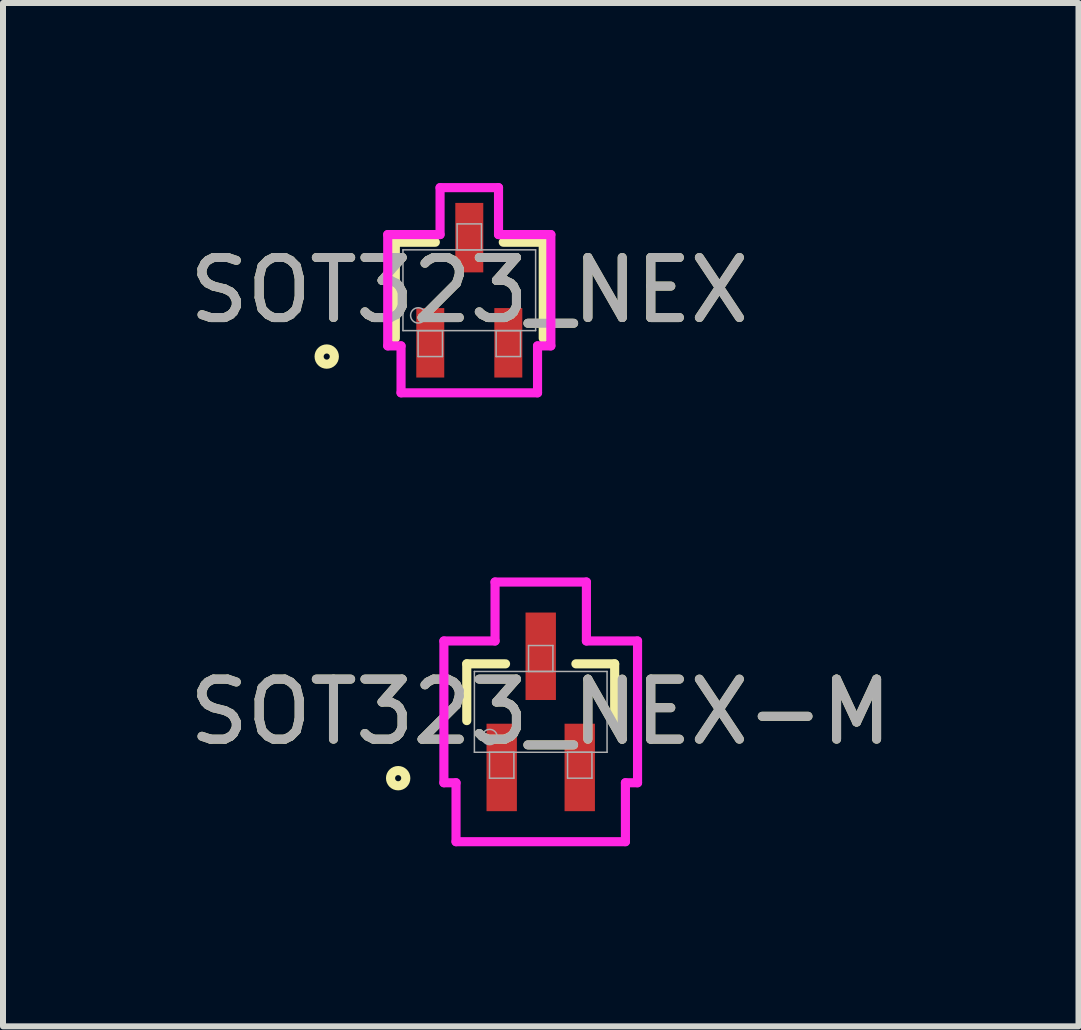
<source format=kicad_pcb>
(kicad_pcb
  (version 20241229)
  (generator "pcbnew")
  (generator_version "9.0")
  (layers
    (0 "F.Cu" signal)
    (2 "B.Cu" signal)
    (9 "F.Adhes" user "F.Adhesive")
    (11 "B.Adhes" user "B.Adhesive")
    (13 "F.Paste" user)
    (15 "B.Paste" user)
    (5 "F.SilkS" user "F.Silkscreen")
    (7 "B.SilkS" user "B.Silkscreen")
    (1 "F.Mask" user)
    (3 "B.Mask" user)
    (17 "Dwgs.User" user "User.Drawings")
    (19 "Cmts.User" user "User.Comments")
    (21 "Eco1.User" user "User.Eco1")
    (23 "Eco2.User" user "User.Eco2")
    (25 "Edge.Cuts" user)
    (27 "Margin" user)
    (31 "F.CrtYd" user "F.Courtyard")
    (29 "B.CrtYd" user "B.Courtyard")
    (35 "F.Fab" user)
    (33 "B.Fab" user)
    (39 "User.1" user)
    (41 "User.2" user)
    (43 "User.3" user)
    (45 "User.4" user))
  (footprint "SOT323_NEX"
    (layer "F.Cu")
    (at 4.768 1.785)
    (property "Reference" "SOT323_NEX" (at 0 0 0) (unlocked yes) (layer "F.SilkS") (effects (font (size 1 1) (thickness 0.15))))
    (attr smd)
    (fp_line (start -1.232 -0.8) (end -1.232 0.8) (stroke (width 0.152) (type solid)) (layer "F.SilkS"))
    (fp_line (start -0.566 -0.8) (end -1.232 -0.8) (stroke (width 0.152) (type solid)) (layer "F.SilkS"))
    (fp_line (start 1.232 -0.8) (end 0.566 -0.8) (stroke (width 0.152) (type solid)) (layer "F.SilkS"))
    (fp_line (start 1.232 0.8) (end 1.232 -0.8) (stroke (width 0.152) (type solid)) (layer "F.SilkS"))
    (fp_circle (center -2.375 1.105) (end -2.248 1.105) (stroke (width 0.152) (type solid)) (fill no) (layer "F.SilkS"))
    (fp_line (start -1.359 -0.927) (end -0.487 -0.927) (stroke (width 0.152) (type solid)) (layer "F.CrtYd"))
    (fp_line (start -1.359 0.927) (end -1.359 -0.927) (stroke (width 0.152) (type solid)) (layer "F.CrtYd"))
    (fp_line (start -1.359 0.927) (end -1.137 0.927) (stroke (width 0.152) (type solid)) (layer "F.CrtYd"))
    (fp_line (start -1.137 0.927) (end -1.137 1.709) (stroke (width 0.152) (type solid)) (layer "F.CrtYd"))
    (fp_line (start -1.137 1.709) (end 1.137 1.709) (stroke (width 0.152) (type solid)) (layer "F.CrtYd"))
    (fp_line (start -0.487 -1.709) (end 0.487 -1.709) (stroke (width 0.152) (type solid)) (layer "F.CrtYd"))
    (fp_line (start -0.487 -0.927) (end -0.487 -1.709) (stroke (width 0.152) (type solid)) (layer "F.CrtYd"))
    (fp_line (start 0.487 -0.927) (end 0.487 -1.709) (stroke (width 0.152) (type solid)) (layer "F.CrtYd"))
    (fp_line (start 1.137 0.927) (end 1.137 1.709) (stroke (width 0.152) (type solid)) (layer "F.CrtYd"))
    (fp_line (start 1.359 -0.927) (end 0.487 -0.927) (stroke (width 0.152) (type solid)) (layer "F.CrtYd"))
    (fp_line (start 1.359 -0.927) (end 1.359 0.927) (stroke (width 0.152) (type solid)) (layer "F.CrtYd"))
    (fp_line (start 1.359 0.927) (end 1.137 0.927) (stroke (width 0.152) (type solid)) (layer "F.CrtYd"))
    (fp_line (start -1.105 -0.673) (end -1.105 0.673) (stroke (width 0.025) (type solid)) (layer "F.Fab"))
    (fp_line (start -1.105 0.673) (end 1.105 0.673) (stroke (width 0.025) (type solid)) (layer "F.Fab"))
    (fp_line (start -0.853 0.673) (end -0.853 1.105) (stroke (width 0.025) (type solid)) (layer "F.Fab"))
    (fp_line (start -0.853 1.105) (end -0.447 1.105) (stroke (width 0.025) (type solid)) (layer "F.Fab"))
    (fp_line (start -0.447 0.673) (end -0.853 0.673) (stroke (width 0.025) (type solid)) (layer "F.Fab"))
    (fp_line (start -0.447 1.105) (end -0.447 0.673) (stroke (width 0.025) (type solid)) (layer "F.Fab"))
    (fp_line (start -0.203 -1.105) (end -0.203 -0.673) (stroke (width 0.025) (type solid)) (layer "F.Fab"))
    (fp_line (start -0.203 -0.673) (end 0.203 -0.673) (stroke (width 0.025) (type solid)) (layer "F.Fab"))
    (fp_line (start 0.203 -1.105) (end -0.203 -1.105) (stroke (width 0.025) (type solid)) (layer "F.Fab"))
    (fp_line (start 0.203 -0.673) (end 0.203 -1.105) (stroke (width 0.025) (type solid)) (layer "F.Fab"))
    (fp_line (start 0.447 0.673) (end 0.447 1.105) (stroke (width 0.025) (type solid)) (layer "F.Fab"))
    (fp_line (start 0.447 1.105) (end 0.853 1.105) (stroke (width 0.025) (type solid)) (layer "F.Fab"))
    (fp_line (start 0.853 0.673) (end 0.447 0.673) (stroke (width 0.025) (type solid)) (layer "F.Fab"))
    (fp_line (start 0.853 1.105) (end 0.853 0.673) (stroke (width 0.025) (type solid)) (layer "F.Fab"))
    (fp_line (start 1.105 -0.673) (end -1.105 -0.673) (stroke (width 0.025) (type solid)) (layer "F.Fab"))
    (fp_line (start 1.105 0.673) (end 1.105 -0.673) (stroke (width 0.025) (type solid)) (layer "F.Fab"))
    (fp_circle (center -0.851 0.419) (end -0.724 0.419) (stroke (width 0.025) (type solid)) (fill no) (layer "F.Fab"))
    (fp_text user "${REFERENCE}" (at 0 0 0) (unlocked yes) (layer "F.Fab") (effects (font (size 1 1) (thickness 0.15))))
    (pad "1" smd rect (at -0.65 0.876) (size 0.466 1.157) (layers "F.Cu" "F.Mask" "F.Paste"))
    (pad "2" smd rect (at 0.65 0.876) (size 0.466 1.157) (layers "F.Cu" "F.Mask" "F.Paste"))
    (pad "3" smd rect (at 0 -0.876) (size 0.466 1.157) (layers "F.Cu" "F.Mask" "F.Paste")))
  (footprint "SOT323_NEX-M"
    (layer "F.Cu")
    (at 5.958 8.809)
    (property "Reference" "SOT323_NEX-M" (at 0 0 0) (unlocked yes) (layer "F.SilkS") (effects (font (size 1 1) (thickness 0.15))))
    (attr smd)
    (fp_line (start -1.232 -0.8) (end -1.232 0.146) (stroke (width 0.152) (type solid)) (layer "F.SilkS"))
    (fp_line (start -0.586 -0.8) (end -1.232 -0.8) (stroke (width 0.152) (type solid)) (layer "F.SilkS"))
    (fp_line (start 1.232 -0.8) (end 0.586 -0.8) (stroke (width 0.152) (type solid)) (layer "F.SilkS"))
    (fp_line (start 1.232 0.146) (end 1.232 -0.8) (stroke (width 0.152) (type solid)) (layer "F.SilkS"))
    (fp_circle (center -2.375 1.105) (end -2.248 1.105) (stroke (width 0.152) (type solid)) (fill no) (layer "F.SilkS"))
    (fp_line (start -1.613 -1.181) (end -0.761 -1.181) (stroke (width 0.152) (type solid)) (layer "F.CrtYd"))
    (fp_line (start -1.613 1.181) (end -1.613 -1.181) (stroke (width 0.152) (type solid)) (layer "F.CrtYd"))
    (fp_line (start -1.613 1.181) (end -1.411 1.181) (stroke (width 0.152) (type solid)) (layer "F.CrtYd"))
    (fp_line (start -1.411 1.181) (end -1.411 2.163) (stroke (width 0.152) (type solid)) (layer "F.CrtYd"))
    (fp_line (start -1.411 2.163) (end 1.411 2.163) (stroke (width 0.152) (type solid)) (layer "F.CrtYd"))
    (fp_line (start -0.761 -2.163) (end 0.761 -2.163) (stroke (width 0.152) (type solid)) (layer "F.CrtYd"))
    (fp_line (start -0.761 -1.181) (end -0.761 -2.163) (stroke (width 0.152) (type solid)) (layer "F.CrtYd"))
    (fp_line (start 0.761 -1.181) (end 0.761 -2.163) (stroke (width 0.152) (type solid)) (layer "F.CrtYd"))
    (fp_line (start 1.411 1.181) (end 1.411 2.163) (stroke (width 0.152) (type solid)) (layer "F.CrtYd"))
    (fp_line (start 1.613 -1.181) (end 0.761 -1.181) (stroke (width 0.152) (type solid)) (layer "F.CrtYd"))
    (fp_line (start 1.613 -1.181) (end 1.613 1.181) (stroke (width 0.152) (type solid)) (layer "F.CrtYd"))
    (fp_line (start 1.613 1.181) (end 1.411 1.181) (stroke (width 0.152) (type solid)) (layer "F.CrtYd"))
    (fp_line (start -1.105 -0.673) (end -1.105 0.673) (stroke (width 0.025) (type solid)) (layer "F.Fab"))
    (fp_line (start -1.105 0.673) (end 1.105 0.673) (stroke (width 0.025) (type solid)) (layer "F.Fab"))
    (fp_line (start -0.853 0.673) (end -0.853 1.105) (stroke (width 0.025) (type solid)) (layer "F.Fab"))
    (fp_line (start -0.853 1.105) (end -0.447 1.105) (stroke (width 0.025) (type solid)) (layer "F.Fab"))
    (fp_line (start -0.447 0.673) (end -0.853 0.673) (stroke (width 0.025) (type solid)) (layer "F.Fab"))
    (fp_line (start -0.447 1.105) (end -0.447 0.673) (stroke (width 0.025) (type solid)) (layer "F.Fab"))
    (fp_line (start -0.203 -1.105) (end -0.203 -0.673) (stroke (width 0.025) (type solid)) (layer "F.Fab"))
    (fp_line (start -0.203 -0.673) (end 0.203 -0.673) (stroke (width 0.025) (type solid)) (layer "F.Fab"))
    (fp_line (start 0.203 -1.105) (end -0.203 -1.105) (stroke (width 0.025) (type solid)) (layer "F.Fab"))
    (fp_line (start 0.203 -0.673) (end 0.203 -1.105) (stroke (width 0.025) (type solid)) (layer "F.Fab"))
    (fp_line (start 0.447 0.673) (end 0.447 1.105) (stroke (width 0.025) (type solid)) (layer "F.Fab"))
    (fp_line (start 0.447 1.105) (end 0.853 1.105) (stroke (width 0.025) (type solid)) (layer "F.Fab"))
    (fp_line (start 0.853 0.673) (end 0.447 0.673) (stroke (width 0.025) (type solid)) (layer "F.Fab"))
    (fp_line (start 0.853 1.105) (end 0.853 0.673) (stroke (width 0.025) (type solid)) (layer "F.Fab"))
    (fp_line (start 1.105 -0.673) (end -1.105 -0.673) (stroke (width 0.025) (type solid)) (layer "F.Fab"))
    (fp_line (start 1.105 0.673) (end 1.105 -0.673) (stroke (width 0.025) (type solid)) (layer "F.Fab"))
    (fp_circle (center -0.851 0.419) (end -0.724 0.419) (stroke (width 0.025) (type solid)) (fill no) (layer "F.Fab"))
    (fp_text user "${REFERENCE}" (at 0 0 0) (unlocked yes) (layer "F.Fab") (effects (font (size 1 1) (thickness 0.15))))
    (pad "1" smd rect (at -0.65 0.926) (size 0.506 1.457) (layers "F.Cu" "F.Mask" "F.Paste"))
    (pad "2" smd rect (at 0.65 0.926) (size 0.506 1.457) (layers "F.Cu" "F.Mask" "F.Paste"))
    (pad "3" smd rect (at 0 -0.926) (size 0.506 1.457) (layers "F.Cu" "F.Mask" "F.Paste")))
  (gr_rect
    (start -3 -3)
    (end 14.917 14.048)
    (stroke (width 0.1) (type default))
    (fill no)
    (layer "Edge.Cuts")))
</source>
